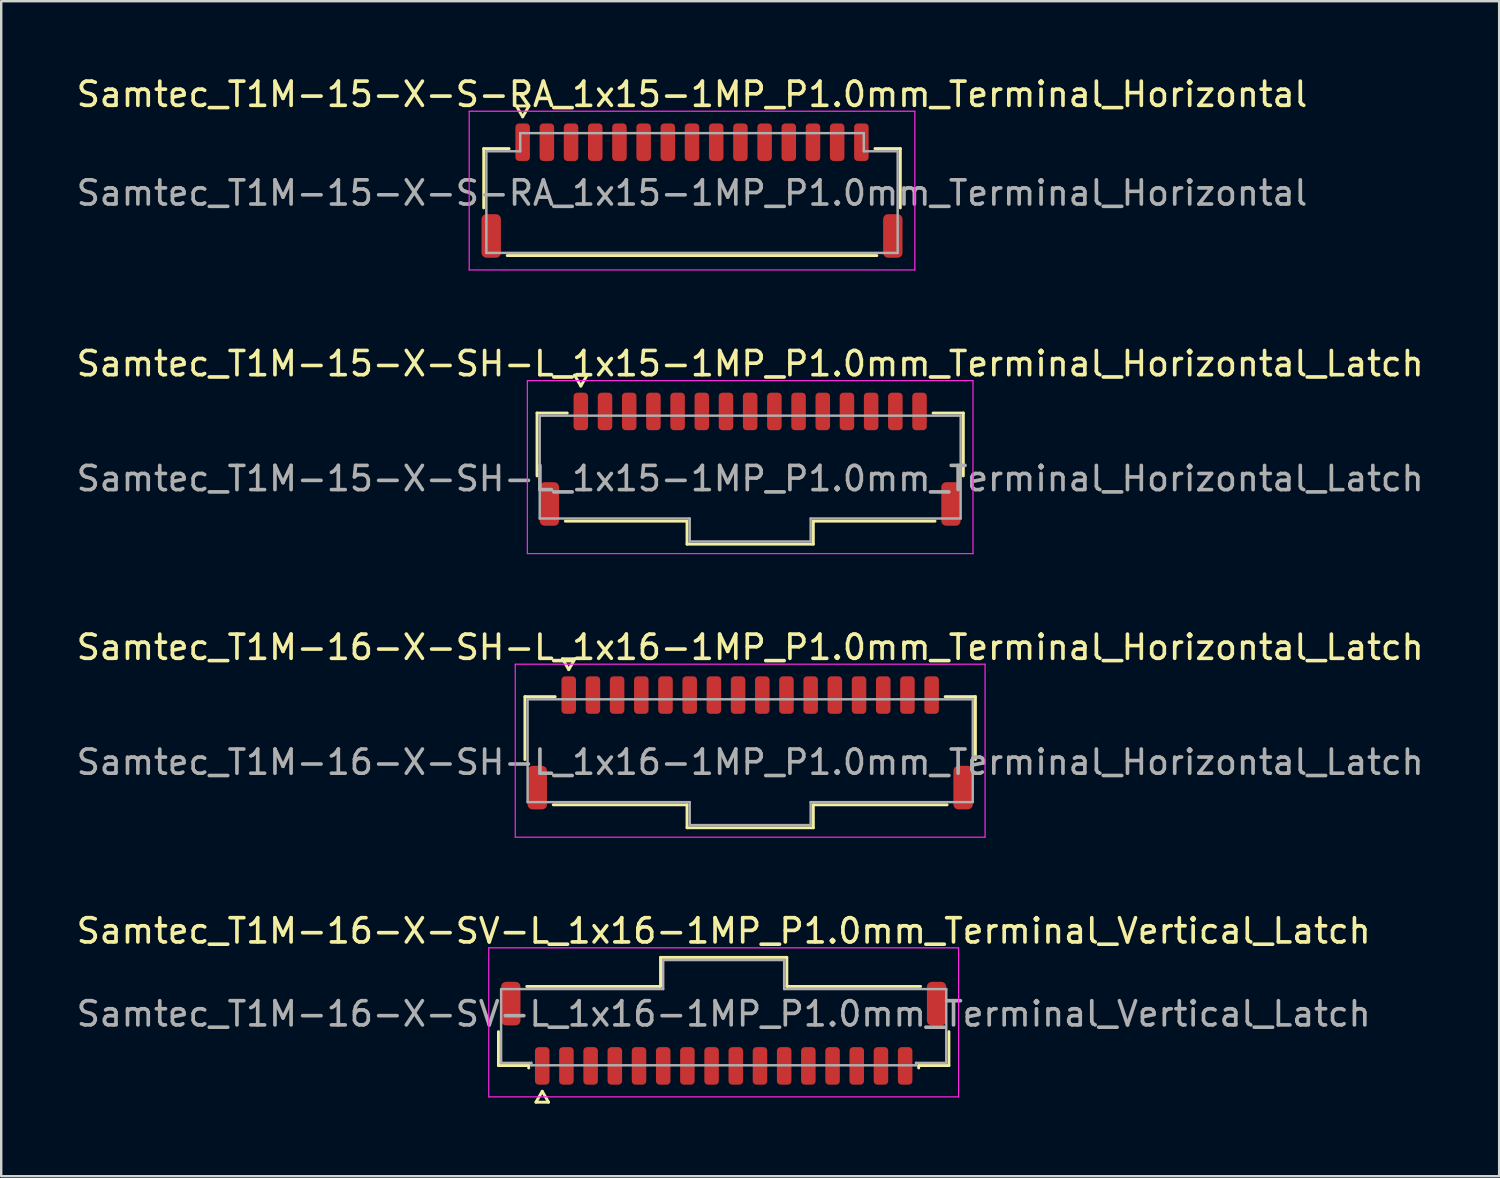
<source format=kicad_pcb>
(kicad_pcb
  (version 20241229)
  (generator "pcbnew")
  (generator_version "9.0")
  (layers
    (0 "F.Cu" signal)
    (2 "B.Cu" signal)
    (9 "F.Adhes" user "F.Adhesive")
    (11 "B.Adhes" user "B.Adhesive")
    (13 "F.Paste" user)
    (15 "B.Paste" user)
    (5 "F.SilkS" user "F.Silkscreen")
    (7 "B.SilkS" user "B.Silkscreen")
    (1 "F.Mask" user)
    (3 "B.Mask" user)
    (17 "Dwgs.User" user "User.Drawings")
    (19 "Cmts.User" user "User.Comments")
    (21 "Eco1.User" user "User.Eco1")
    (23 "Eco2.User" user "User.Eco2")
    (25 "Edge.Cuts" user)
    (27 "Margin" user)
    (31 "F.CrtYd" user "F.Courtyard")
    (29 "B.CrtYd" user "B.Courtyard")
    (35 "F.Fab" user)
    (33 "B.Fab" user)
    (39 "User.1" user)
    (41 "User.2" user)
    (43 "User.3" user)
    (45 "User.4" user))
  (footprint "Samtec_T1M-15-X-S-RA_1x15-1MP_P1.0mm_Terminal_Horizontal"
    (layer "F.Cu")
    (at 25.554 4.928)
    (property "Reference" "Samtec_T1M-15-X-S-RA_1x15-1MP_P1.0mm_Terminal_Horizontal" (at 0 -4.08 0) (layer "F.SilkS") (effects (font (size 1 1) (thickness 0.15))))
    (attr smd)
    (fp_line (start -8.61 -1.835) (end -7.56 -1.835) (stroke (width 0.12) (type solid)) (layer "F.SilkS"))
    (fp_line (start -8.61 0.615) (end -8.61 -1.835) (stroke (width 0.12) (type solid)) (layer "F.SilkS"))
    (fp_line (start -7.26 -3.6) (end -7 -3.15) (stroke (width 0.12) (type solid)) (layer "F.SilkS"))
    (fp_line (start -7 -3.15) (end -6.74 -3.6) (stroke (width 0.12) (type solid)) (layer "F.SilkS"))
    (fp_line (start -6.74 -3.6) (end -7.26 -3.6) (stroke (width 0.12) (type solid)) (layer "F.SilkS"))
    (fp_line (start 7.56 -1.835) (end 8.61 -1.835) (stroke (width 0.12) (type solid)) (layer "F.SilkS"))
    (fp_line (start 7.64 2.585) (end -7.64 2.585) (stroke (width 0.12) (type solid)) (layer "F.SilkS"))
    (fp_line (start 8.61 -1.835) (end 8.61 0.615) (stroke (width 0.12) (type solid)) (layer "F.SilkS"))
    (fp_line (start -9.21 -3.38) (end -9.21 3.18) (stroke (width 0.05) (type solid)) (layer "F.CrtYd"))
    (fp_line (start -9.21 3.18) (end 9.21 3.18) (stroke (width 0.05) (type solid)) (layer "F.CrtYd"))
    (fp_line (start 9.21 -3.38) (end -9.21 -3.38) (stroke (width 0.05) (type solid)) (layer "F.CrtYd"))
    (fp_line (start 9.21 3.18) (end 9.21 -3.38) (stroke (width 0.05) (type solid)) (layer "F.CrtYd"))
    (fp_line (start -8.5 -1.725) (end -7.1 -1.725) (stroke (width 0.1) (type solid)) (layer "F.Fab"))
    (fp_line (start -8.5 2.475) (end -8.5 -1.725) (stroke (width 0.1) (type solid)) (layer "F.Fab"))
    (fp_line (start -7.1 -2.475) (end 7.1 -2.475) (stroke (width 0.1) (type solid)) (layer "F.Fab"))
    (fp_line (start -7.1 -1.725) (end -7.1 -2.475) (stroke (width 0.1) (type solid)) (layer "F.Fab"))
    (fp_line (start 7.1 -2.475) (end 7.1 -1.725) (stroke (width 0.1) (type solid)) (layer "F.Fab"))
    (fp_line (start 7.1 -1.725) (end 8.5 -1.725) (stroke (width 0.1) (type solid)) (layer "F.Fab"))
    (fp_line (start 8.5 -1.725) (end 8.5 2.475) (stroke (width 0.1) (type solid)) (layer "F.Fab"))
    (fp_line (start 8.5 2.475) (end -8.5 2.475) (stroke (width 0.1) (type solid)) (layer "F.Fab"))
    (fp_text user "${REFERENCE}" (at 0 0 0) (layer "F.Fab") (effects (font (size 1 1) (thickness 0.15))))
    (pad "1" smd roundrect (at -7 -2.1) (size 0.6 1.55) (layers "F.Cu" "F.Mask" "F.Paste") (roundrect_rratio 0.25))
    (pad "2" smd roundrect (at -6 -2.1) (size 0.6 1.55) (layers "F.Cu" "F.Mask" "F.Paste") (roundrect_rratio 0.25))
    (pad "3" smd roundrect (at -5 -2.1) (size 0.6 1.55) (layers "F.Cu" "F.Mask" "F.Paste") (roundrect_rratio 0.25))
    (pad "4" smd roundrect (at -4 -2.1) (size 0.6 1.55) (layers "F.Cu" "F.Mask" "F.Paste") (roundrect_rratio 0.25))
    (pad "5" smd roundrect (at -3 -2.1) (size 0.6 1.55) (layers "F.Cu" "F.Mask" "F.Paste") (roundrect_rratio 0.25))
    (pad "6" smd roundrect (at -2 -2.1) (size 0.6 1.55) (layers "F.Cu" "F.Mask" "F.Paste") (roundrect_rratio 0.25))
    (pad "7" smd roundrect (at -1 -2.1) (size 0.6 1.55) (layers "F.Cu" "F.Mask" "F.Paste") (roundrect_rratio 0.25))
    (pad "8" smd roundrect (at 0 -2.1) (size 0.6 1.55) (layers "F.Cu" "F.Mask" "F.Paste") (roundrect_rratio 0.25))
    (pad "9" smd roundrect (at 1 -2.1) (size 0.6 1.55) (layers "F.Cu" "F.Mask" "F.Paste") (roundrect_rratio 0.25))
    (pad "10" smd roundrect (at 2 -2.1) (size 0.6 1.55) (layers "F.Cu" "F.Mask" "F.Paste") (roundrect_rratio 0.25))
    (pad "11" smd roundrect (at 3 -2.1) (size 0.6 1.55) (layers "F.Cu" "F.Mask" "F.Paste") (roundrect_rratio 0.25))
    (pad "12" smd roundrect (at 4 -2.1) (size 0.6 1.55) (layers "F.Cu" "F.Mask" "F.Paste") (roundrect_rratio 0.25))
    (pad "13" smd roundrect (at 5 -2.1) (size 0.6 1.55) (layers "F.Cu" "F.Mask" "F.Paste") (roundrect_rratio 0.25))
    (pad "14" smd roundrect (at 6 -2.1) (size 0.6 1.55) (layers "F.Cu" "F.Mask" "F.Paste") (roundrect_rratio 0.25))
    (pad "15" smd roundrect (at 7 -2.1) (size 0.6 1.55) (layers "F.Cu" "F.Mask" "F.Paste") (roundrect_rratio 0.25))
    (pad "MP" smd roundrect (at -8.3 1.775) (size 0.8 1.8) (layers "F.Cu" "F.Mask" "F.Paste") (roundrect_rratio 0.25))
    (pad "MP" smd roundrect (at 8.3 1.775) (size 0.8 1.8) (layers "F.Cu" "F.Mask" "F.Paste") (roundrect_rratio 0.25)))
  (footprint "Samtec_T1M-16-X-SH-L_1x16-1MP_P1.0mm_Terminal_Horizontal_Latch"
    (layer "F.Cu")
    (at 27.958 28.455)
    (property "Reference" "Samtec_T1M-16-X-SH-L_1x16-1MP_P1.0mm_Terminal_Horizontal_Latch" (at 0 -4.75 0) (layer "F.SilkS") (effects (font (size 1 1) (thickness 0.15))))
    (attr smd)
    (fp_line (start -9.31 -2.71) (end -8.06 -2.71) (stroke (width 0.12) (type solid)) (layer "F.SilkS"))
    (fp_line (start -9.31 -0.11) (end -9.31 -2.71) (stroke (width 0.12) (type solid)) (layer "F.SilkS"))
    (fp_line (start -7.76 -4.275) (end -7.5 -3.825) (stroke (width 0.12) (type solid)) (layer "F.SilkS"))
    (fp_line (start -7.5 -3.825) (end -7.24 -4.275) (stroke (width 0.12) (type solid)) (layer "F.SilkS"))
    (fp_line (start -7.24 -4.275) (end -7.76 -4.275) (stroke (width 0.12) (type solid)) (layer "F.SilkS"))
    (fp_line (start -2.61 1.76) (end -8.14 1.76) (stroke (width 0.12) (type solid)) (layer "F.SilkS"))
    (fp_line (start -2.61 2.71) (end -2.61 1.76) (stroke (width 0.12) (type solid)) (layer "F.SilkS"))
    (fp_line (start 2.61 1.76) (end 2.61 2.71) (stroke (width 0.12) (type solid)) (layer "F.SilkS"))
    (fp_line (start 2.61 2.71) (end -2.61 2.71) (stroke (width 0.12) (type solid)) (layer "F.SilkS"))
    (fp_line (start 8.06 -2.71) (end 9.31 -2.71) (stroke (width 0.12) (type solid)) (layer "F.SilkS"))
    (fp_line (start 8.14 1.76) (end 2.61 1.76) (stroke (width 0.12) (type solid)) (layer "F.SilkS"))
    (fp_line (start 9.31 -2.71) (end 9.31 -0.11) (stroke (width 0.12) (type solid)) (layer "F.SilkS"))
    (fp_line (start -9.71 -4.05) (end -9.71 3.1) (stroke (width 0.05) (type solid)) (layer "F.CrtYd"))
    (fp_line (start -9.71 3.1) (end 9.71 3.1) (stroke (width 0.05) (type solid)) (layer "F.CrtYd"))
    (fp_line (start 9.71 -4.05) (end -9.71 -4.05) (stroke (width 0.05) (type solid)) (layer "F.CrtYd"))
    (fp_line (start 9.71 3.1) (end 9.71 -4.05) (stroke (width 0.05) (type solid)) (layer "F.CrtYd"))
    (fp_line (start -9.2 -2.6) (end 9.2 -2.6) (stroke (width 0.1) (type solid)) (layer "F.Fab"))
    (fp_line (start -9.2 1.65) (end -9.2 -2.6) (stroke (width 0.1) (type solid)) (layer "F.Fab"))
    (fp_line (start -2.5 1.65) (end -9.2 1.65) (stroke (width 0.1) (type solid)) (layer "F.Fab"))
    (fp_line (start -2.5 2.6) (end -2.5 1.65) (stroke (width 0.1) (type solid)) (layer "F.Fab"))
    (fp_line (start 2.5 1.65) (end 2.5 2.6) (stroke (width 0.1) (type solid)) (layer "F.Fab"))
    (fp_line (start 2.5 2.6) (end -2.5 2.6) (stroke (width 0.1) (type solid)) (layer "F.Fab"))
    (fp_line (start 9.2 -2.6) (end 9.2 1.65) (stroke (width 0.1) (type solid)) (layer "F.Fab"))
    (fp_line (start 9.2 1.65) (end 2.5 1.65) (stroke (width 0.1) (type solid)) (layer "F.Fab"))
    (fp_text user "${REFERENCE}" (at 0 0 0) (layer "F.Fab") (effects (font (size 1 1) (thickness 0.15))))
    (pad "1" smd roundrect (at -7.5 -2.775) (size 0.6 1.55) (layers "F.Cu" "F.Mask" "F.Paste") (roundrect_rratio 0.25))
    (pad "2" smd roundrect (at -6.5 -2.775) (size 0.6 1.55) (layers "F.Cu" "F.Mask" "F.Paste") (roundrect_rratio 0.25))
    (pad "3" smd roundrect (at -5.5 -2.775) (size 0.6 1.55) (layers "F.Cu" "F.Mask" "F.Paste") (roundrect_rratio 0.25))
    (pad "4" smd roundrect (at -4.5 -2.775) (size 0.6 1.55) (layers "F.Cu" "F.Mask" "F.Paste") (roundrect_rratio 0.25))
    (pad "5" smd roundrect (at -3.5 -2.775) (size 0.6 1.55) (layers "F.Cu" "F.Mask" "F.Paste") (roundrect_rratio 0.25))
    (pad "6" smd roundrect (at -2.5 -2.775) (size 0.6 1.55) (layers "F.Cu" "F.Mask" "F.Paste") (roundrect_rratio 0.25))
    (pad "7" smd roundrect (at -1.5 -2.775) (size 0.6 1.55) (layers "F.Cu" "F.Mask" "F.Paste") (roundrect_rratio 0.25))
    (pad "8" smd roundrect (at -0.5 -2.775) (size 0.6 1.55) (layers "F.Cu" "F.Mask" "F.Paste") (roundrect_rratio 0.25))
    (pad "9" smd roundrect (at 0.5 -2.775) (size 0.6 1.55) (layers "F.Cu" "F.Mask" "F.Paste") (roundrect_rratio 0.25))
    (pad "10" smd roundrect (at 1.5 -2.775) (size 0.6 1.55) (layers "F.Cu" "F.Mask" "F.Paste") (roundrect_rratio 0.25))
    (pad "11" smd roundrect (at 2.5 -2.775) (size 0.6 1.55) (layers "F.Cu" "F.Mask" "F.Paste") (roundrect_rratio 0.25))
    (pad "12" smd roundrect (at 3.5 -2.775) (size 0.6 1.55) (layers "F.Cu" "F.Mask" "F.Paste") (roundrect_rratio 0.25))
    (pad "13" smd roundrect (at 4.5 -2.775) (size 0.6 1.55) (layers "F.Cu" "F.Mask" "F.Paste") (roundrect_rratio 0.25))
    (pad "14" smd roundrect (at 5.5 -2.775) (size 0.6 1.55) (layers "F.Cu" "F.Mask" "F.Paste") (roundrect_rratio 0.25))
    (pad "15" smd roundrect (at 6.5 -2.775) (size 0.6 1.55) (layers "F.Cu" "F.Mask" "F.Paste") (roundrect_rratio 0.25))
    (pad "16" smd roundrect (at 7.5 -2.775) (size 0.6 1.55) (layers "F.Cu" "F.Mask" "F.Paste") (roundrect_rratio 0.25))
    (pad "MP" smd roundrect (at -8.8 1.05) (size 0.8 1.8) (layers "F.Cu" "F.Mask" "F.Paste") (roundrect_rratio 0.25))
    (pad "MP" smd roundrect (at 8.8 1.05) (size 0.8 1.8) (layers "F.Cu" "F.Mask" "F.Paste") (roundrect_rratio 0.25)))
  (footprint "Samtec_T1M-15-X-SH-L_1x15-1MP_P1.0mm_Terminal_Horizontal_Latch"
    (layer "F.Cu")
    (at 27.958 16.732)
    (property "Reference" "Samtec_T1M-15-X-SH-L_1x15-1MP_P1.0mm_Terminal_Horizontal_Latch" (at 0 -4.75 0) (layer "F.SilkS") (effects (font (size 1 1) (thickness 0.15))))
    (attr smd)
    (fp_line (start -8.81 -2.71) (end -7.56 -2.71) (stroke (width 0.12) (type solid)) (layer "F.SilkS"))
    (fp_line (start -8.81 -0.11) (end -8.81 -2.71) (stroke (width 0.12) (type solid)) (layer "F.SilkS"))
    (fp_line (start -7.26 -4.275) (end -7 -3.825) (stroke (width 0.12) (type solid)) (layer "F.SilkS"))
    (fp_line (start -7 -3.825) (end -6.74 -4.275) (stroke (width 0.12) (type solid)) (layer "F.SilkS"))
    (fp_line (start -6.74 -4.275) (end -7.26 -4.275) (stroke (width 0.12) (type solid)) (layer "F.SilkS"))
    (fp_line (start -2.61 1.76) (end -7.64 1.76) (stroke (width 0.12) (type solid)) (layer "F.SilkS"))
    (fp_line (start -2.61 2.71) (end -2.61 1.76) (stroke (width 0.12) (type solid)) (layer "F.SilkS"))
    (fp_line (start 2.61 1.76) (end 2.61 2.71) (stroke (width 0.12) (type solid)) (layer "F.SilkS"))
    (fp_line (start 2.61 2.71) (end -2.61 2.71) (stroke (width 0.12) (type solid)) (layer "F.SilkS"))
    (fp_line (start 7.56 -2.71) (end 8.81 -2.71) (stroke (width 0.12) (type solid)) (layer "F.SilkS"))
    (fp_line (start 7.64 1.76) (end 2.61 1.76) (stroke (width 0.12) (type solid)) (layer "F.SilkS"))
    (fp_line (start 8.81 -2.71) (end 8.81 -0.11) (stroke (width 0.12) (type solid)) (layer "F.SilkS"))
    (fp_line (start -9.21 -4.05) (end -9.21 3.1) (stroke (width 0.05) (type solid)) (layer "F.CrtYd"))
    (fp_line (start -9.21 3.1) (end 9.21 3.1) (stroke (width 0.05) (type solid)) (layer "F.CrtYd"))
    (fp_line (start 9.21 -4.05) (end -9.21 -4.05) (stroke (width 0.05) (type solid)) (layer "F.CrtYd"))
    (fp_line (start 9.21 3.1) (end 9.21 -4.05) (stroke (width 0.05) (type solid)) (layer "F.CrtYd"))
    (fp_line (start -8.7 -2.6) (end 8.7 -2.6) (stroke (width 0.1) (type solid)) (layer "F.Fab"))
    (fp_line (start -8.7 1.65) (end -8.7 -2.6) (stroke (width 0.1) (type solid)) (layer "F.Fab"))
    (fp_line (start -2.5 1.65) (end -8.7 1.65) (stroke (width 0.1) (type solid)) (layer "F.Fab"))
    (fp_line (start -2.5 2.6) (end -2.5 1.65) (stroke (width 0.1) (type solid)) (layer "F.Fab"))
    (fp_line (start 2.5 1.65) (end 2.5 2.6) (stroke (width 0.1) (type solid)) (layer "F.Fab"))
    (fp_line (start 2.5 2.6) (end -2.5 2.6) (stroke (width 0.1) (type solid)) (layer "F.Fab"))
    (fp_line (start 8.7 -2.6) (end 8.7 1.65) (stroke (width 0.1) (type solid)) (layer "F.Fab"))
    (fp_line (start 8.7 1.65) (end 2.5 1.65) (stroke (width 0.1) (type solid)) (layer "F.Fab"))
    (fp_text user "${REFERENCE}" (at 0 0 0) (layer "F.Fab") (effects (font (size 1 1) (thickness 0.15))))
    (pad "1" smd roundrect (at -7 -2.775) (size 0.6 1.55) (layers "F.Cu" "F.Mask" "F.Paste") (roundrect_rratio 0.25))
    (pad "2" smd roundrect (at -6 -2.775) (size 0.6 1.55) (layers "F.Cu" "F.Mask" "F.Paste") (roundrect_rratio 0.25))
    (pad "3" smd roundrect (at -5 -2.775) (size 0.6 1.55) (layers "F.Cu" "F.Mask" "F.Paste") (roundrect_rratio 0.25))
    (pad "4" smd roundrect (at -4 -2.775) (size 0.6 1.55) (layers "F.Cu" "F.Mask" "F.Paste") (roundrect_rratio 0.25))
    (pad "5" smd roundrect (at -3 -2.775) (size 0.6 1.55) (layers "F.Cu" "F.Mask" "F.Paste") (roundrect_rratio 0.25))
    (pad "6" smd roundrect (at -2 -2.775) (size 0.6 1.55) (layers "F.Cu" "F.Mask" "F.Paste") (roundrect_rratio 0.25))
    (pad "7" smd roundrect (at -1 -2.775) (size 0.6 1.55) (layers "F.Cu" "F.Mask" "F.Paste") (roundrect_rratio 0.25))
    (pad "8" smd roundrect (at 0 -2.775) (size 0.6 1.55) (layers "F.Cu" "F.Mask" "F.Paste") (roundrect_rratio 0.25))
    (pad "9" smd roundrect (at 1 -2.775) (size 0.6 1.55) (layers "F.Cu" "F.Mask" "F.Paste") (roundrect_rratio 0.25))
    (pad "10" smd roundrect (at 2 -2.775) (size 0.6 1.55) (layers "F.Cu" "F.Mask" "F.Paste") (roundrect_rratio 0.25))
    (pad "11" smd roundrect (at 3 -2.775) (size 0.6 1.55) (layers "F.Cu" "F.Mask" "F.Paste") (roundrect_rratio 0.25))
    (pad "12" smd roundrect (at 4 -2.775) (size 0.6 1.55) (layers "F.Cu" "F.Mask" "F.Paste") (roundrect_rratio 0.25))
    (pad "13" smd roundrect (at 5 -2.775) (size 0.6 1.55) (layers "F.Cu" "F.Mask" "F.Paste") (roundrect_rratio 0.25))
    (pad "14" smd roundrect (at 6 -2.775) (size 0.6 1.55) (layers "F.Cu" "F.Mask" "F.Paste") (roundrect_rratio 0.25))
    (pad "15" smd roundrect (at 7 -2.775) (size 0.6 1.55) (layers "F.Cu" "F.Mask" "F.Paste") (roundrect_rratio 0.25))
    (pad "MP" smd roundrect (at -8.3 1.05) (size 0.8 1.8) (layers "F.Cu" "F.Mask" "F.Paste") (roundrect_rratio 0.25))
    (pad "MP" smd roundrect (at 8.3 1.05) (size 0.8 1.8) (layers "F.Cu" "F.Mask" "F.Paste") (roundrect_rratio 0.25)))
  (footprint "Samtec_T1M-16-X-SV-L_1x16-1MP_P1.0mm_Terminal_Vertical_Latch"
    (layer "F.Cu")
    (at 26.863 38.858)
    (property "Reference" "Samtec_T1M-16-X-SV-L_1x16-1MP_P1.0mm_Terminal_Vertical_Latch" (at 0 -3.43 0) (layer "F.SilkS") (effects (font (size 1 1) (thickness 0.15))))
    (attr smd)
    (fp_line (start -9.31 2.135) (end -9.31 0.735) (stroke (width 0.12) (type solid)) (layer "F.SilkS"))
    (fp_line (start -8.14 -1.135) (end -2.61 -1.135) (stroke (width 0.12) (type solid)) (layer "F.SilkS"))
    (fp_line (start -8.06 2.135) (end -9.31 2.135) (stroke (width 0.12) (type solid)) (layer "F.SilkS"))
    (fp_line (start -8.06 2.235) (end -8.06 2.135) (stroke (width 0.12) (type solid)) (layer "F.SilkS"))
    (fp_line (start -7.76 3.65) (end -7.5 3.2) (stroke (width 0.12) (type solid)) (layer "F.SilkS"))
    (fp_line (start -7.5 3.2) (end -7.24 3.65) (stroke (width 0.12) (type solid)) (layer "F.SilkS"))
    (fp_line (start -7.24 3.65) (end -7.76 3.65) (stroke (width 0.12) (type solid)) (layer "F.SilkS"))
    (fp_line (start -2.61 -2.335) (end 2.61 -2.335) (stroke (width 0.12) (type solid)) (layer "F.SilkS"))
    (fp_line (start -2.61 -1.135) (end -2.61 -2.335) (stroke (width 0.12) (type solid)) (layer "F.SilkS"))
    (fp_line (start 2.61 -2.335) (end 2.61 -1.135) (stroke (width 0.12) (type solid)) (layer "F.SilkS"))
    (fp_line (start 2.61 -1.135) (end 8.14 -1.135) (stroke (width 0.12) (type solid)) (layer "F.SilkS"))
    (fp_line (start 8.06 2.135) (end 8.06 2.235) (stroke (width 0.12) (type solid)) (layer "F.SilkS"))
    (fp_line (start 9.31 0.735) (end 9.31 2.135) (stroke (width 0.12) (type solid)) (layer "F.SilkS"))
    (fp_line (start 9.31 2.135) (end 8.06 2.135) (stroke (width 0.12) (type solid)) (layer "F.SilkS"))
    (fp_line (start -9.71 -2.73) (end -9.71 3.43) (stroke (width 0.05) (type solid)) (layer "F.CrtYd"))
    (fp_line (start -9.71 3.43) (end 9.71 3.43) (stroke (width 0.05) (type solid)) (layer "F.CrtYd"))
    (fp_line (start 9.71 -2.73) (end -9.71 -2.73) (stroke (width 0.05) (type solid)) (layer "F.CrtYd"))
    (fp_line (start 9.71 3.43) (end 9.71 -2.73) (stroke (width 0.05) (type solid)) (layer "F.CrtYd"))
    (fp_line (start -9.2 -1.025) (end -2.5 -1.025) (stroke (width 0.1) (type solid)) (layer "F.Fab"))
    (fp_line (start -9.2 2.025) (end -9.2 -1.025) (stroke (width 0.1) (type solid)) (layer "F.Fab"))
    (fp_line (start -7.95 2.025) (end -9.2 2.025) (stroke (width 0.1) (type solid)) (layer "F.Fab"))
    (fp_line (start -7.95 2.125) (end -7.95 2.025) (stroke (width 0.1) (type solid)) (layer "F.Fab"))
    (fp_line (start -2.5 -2.225) (end 2.5 -2.225) (stroke (width 0.1) (type solid)) (layer "F.Fab"))
    (fp_line (start -2.5 -1.025) (end -2.5 -2.225) (stroke (width 0.1) (type solid)) (layer "F.Fab"))
    (fp_line (start 2.5 -2.225) (end 2.5 -1.025) (stroke (width 0.1) (type solid)) (layer "F.Fab"))
    (fp_line (start 2.5 -1.025) (end 9.2 -1.025) (stroke (width 0.1) (type solid)) (layer "F.Fab"))
    (fp_line (start 7.95 2.025) (end 7.95 2.125) (stroke (width 0.1) (type solid)) (layer "F.Fab"))
    (fp_line (start 7.95 2.125) (end -7.95 2.125) (stroke (width 0.1) (type solid)) (layer "F.Fab"))
    (fp_line (start 9.2 -1.025) (end 9.2 2.025) (stroke (width 0.1) (type solid)) (layer "F.Fab"))
    (fp_line (start 9.2 2.025) (end 7.95 2.025) (stroke (width 0.1) (type solid)) (layer "F.Fab"))
    (fp_text user "${REFERENCE}" (at 0 0 0) (layer "F.Fab") (effects (font (size 1 1) (thickness 0.15))))
    (pad "1" smd roundrect (at -7.5 2.15) (size 0.6 1.55) (layers "F.Cu" "F.Mask" "F.Paste") (roundrect_rratio 0.25))
    (pad "2" smd roundrect (at -6.5 2.15) (size 0.6 1.55) (layers "F.Cu" "F.Mask" "F.Paste") (roundrect_rratio 0.25))
    (pad "3" smd roundrect (at -5.5 2.15) (size 0.6 1.55) (layers "F.Cu" "F.Mask" "F.Paste") (roundrect_rratio 0.25))
    (pad "4" smd roundrect (at -4.5 2.15) (size 0.6 1.55) (layers "F.Cu" "F.Mask" "F.Paste") (roundrect_rratio 0.25))
    (pad "5" smd roundrect (at -3.5 2.15) (size 0.6 1.55) (layers "F.Cu" "F.Mask" "F.Paste") (roundrect_rratio 0.25))
    (pad "6" smd roundrect (at -2.5 2.15) (size 0.6 1.55) (layers "F.Cu" "F.Mask" "F.Paste") (roundrect_rratio 0.25))
    (pad "7" smd roundrect (at -1.5 2.15) (size 0.6 1.55) (layers "F.Cu" "F.Mask" "F.Paste") (roundrect_rratio 0.25))
    (pad "8" smd roundrect (at -0.5 2.15) (size 0.6 1.55) (layers "F.Cu" "F.Mask" "F.Paste") (roundrect_rratio 0.25))
    (pad "9" smd roundrect (at 0.5 2.15) (size 0.6 1.55) (layers "F.Cu" "F.Mask" "F.Paste") (roundrect_rratio 0.25))
    (pad "10" smd roundrect (at 1.5 2.15) (size 0.6 1.55) (layers "F.Cu" "F.Mask" "F.Paste") (roundrect_rratio 0.25))
    (pad "11" smd roundrect (at 2.5 2.15) (size 0.6 1.55) (layers "F.Cu" "F.Mask" "F.Paste") (roundrect_rratio 0.25))
    (pad "12" smd roundrect (at 3.5 2.15) (size 0.6 1.55) (layers "F.Cu" "F.Mask" "F.Paste") (roundrect_rratio 0.25))
    (pad "13" smd roundrect (at 4.5 2.15) (size 0.6 1.55) (layers "F.Cu" "F.Mask" "F.Paste") (roundrect_rratio 0.25))
    (pad "14" smd roundrect (at 5.5 2.15) (size 0.6 1.55) (layers "F.Cu" "F.Mask" "F.Paste") (roundrect_rratio 0.25))
    (pad "15" smd roundrect (at 6.5 2.15) (size 0.6 1.55) (layers "F.Cu" "F.Mask" "F.Paste") (roundrect_rratio 0.25))
    (pad "16" smd roundrect (at 7.5 2.15) (size 0.6 1.55) (layers "F.Cu" "F.Mask" "F.Paste") (roundrect_rratio 0.25))
    (pad "MP" smd roundrect (at -8.8 -0.425) (size 0.8 1.8) (layers "F.Cu" "F.Mask" "F.Paste") (roundrect_rratio 0.25))
    (pad "MP" smd roundrect (at 8.8 -0.425) (size 0.8 1.8) (layers "F.Cu" "F.Mask" "F.Paste") (roundrect_rratio 0.25)))
  (gr_rect
    (start -3 -3)
    (end 58.917 45.568)
    (stroke (width 0.1) (type default))
    (fill no)
    (layer "Edge.Cuts")))
</source>
